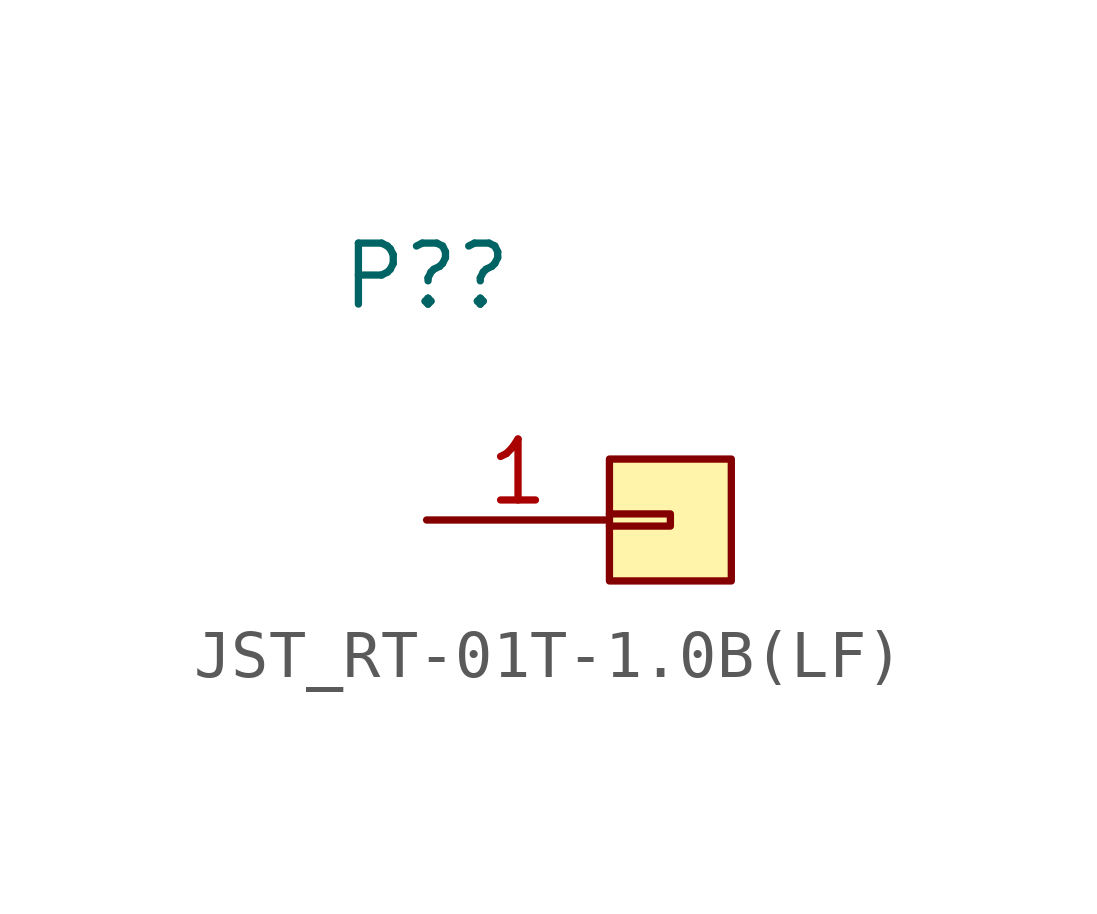
<source format=kicad_sym>
(kicad_symbol_lib
  (version 20220914)
  (generator kicad_symbol_editor)
  (symbol "JST_RT-01T-1.0B(LF)"
    (property "Reference" "P?"
      (at 0 5.08 0)
      (effects (font (size 1.27 1.27))))
    (property "Value" ""
      (at 0 5.08 0)
      (effects (font (size 1.27 1.27))))
    (symbol "JST_RT-01T-1.0B(LF)_1_1"
      (polyline (pts (xy 3.81 0.127) (xy 5.08 0.127) (xy 5.08 -0.127) (xy 3.81 -0.127)) (stroke (width 0) (type default)) (fill (type none)))
      (rectangle (start 3.81 1.27) (end 6.35 -1.27) (stroke (width 0) (type default)) (fill (type color) (color 255 244 170 1)))
      (pin input line (at 0 0 0) (length 3.81) (name "" (effects (font (size 1.27 1.27)))) (number "1" (effects (font (size 1.27 1.27))))))))
</source>
